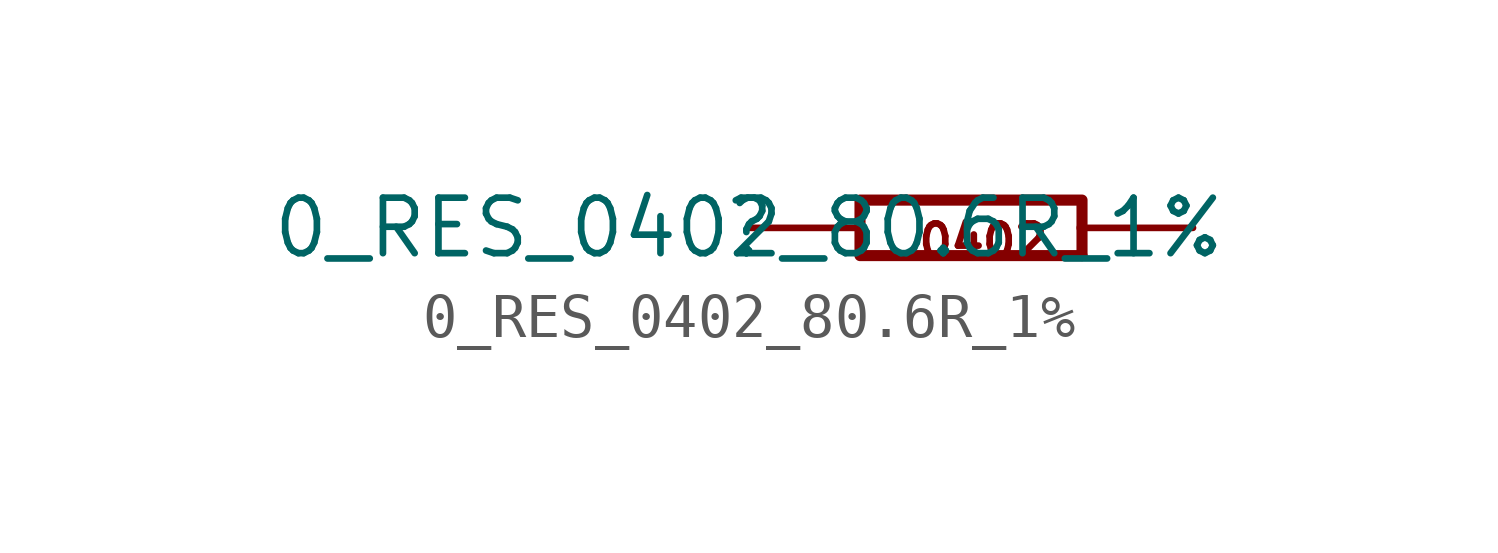
<source format=kicad_sym>
(kicad_symbol_lib
  (version 20211014)
  (generator kicad_symbol_editor)
  (symbol "0_RES_0402_80.6R_1%"
    (property "Reference" ""
      (at 0 0 0)
      (effects (font (size 1.27 1.27))))
    (property "Value" "0_RES_0402_80.6R_1%"
      (at 0 0 0)
      (effects (font (size 1.27 1.27))))
    (symbol "0_RES_0402_80.6R_1%_1_0"
      (polyline (pts (xy 7.62 -0.635) (xy 7.62 0)) (stroke (width 0.254) (type default) (color 0 0 0 0)) (fill (type none)))
      (polyline (pts (xy 7.62 0) (xy 7.62 0.635) (xy 2.54 0.635) (xy 2.54 -0.635) (xy 7.62 -0.635)) (stroke (width 0.254) (type default) (color 0 0 0 0)) (fill (type none)))
      (text "0402" (at 3.81 -0.762 0) (effects (font (size 0.762 0.762)) (justify left bottom)))
      (pin passive line (at 0 0 0) (length 2.54) (name "1" (effects (font (size 0 0)))) (number "1" (effects (font (size 0 0)))))
      (pin passive line (at 10.16 0 180) (length 2.54) (name "2" (effects (font (size 0 0)))) (number "2" (effects (font (size 0 0))))))))
</source>
